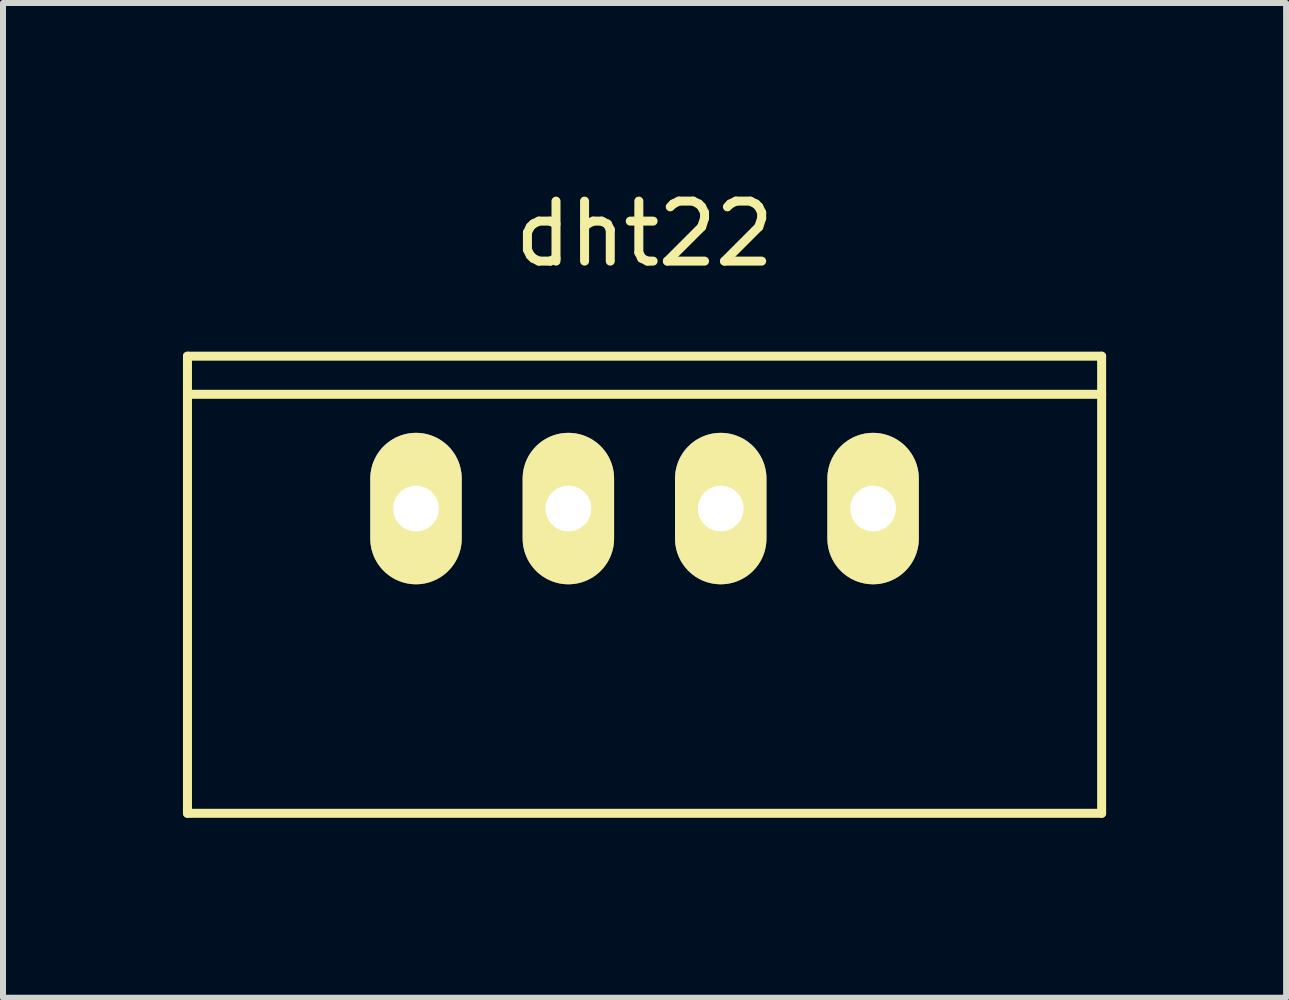
<source format=kicad_pcb>
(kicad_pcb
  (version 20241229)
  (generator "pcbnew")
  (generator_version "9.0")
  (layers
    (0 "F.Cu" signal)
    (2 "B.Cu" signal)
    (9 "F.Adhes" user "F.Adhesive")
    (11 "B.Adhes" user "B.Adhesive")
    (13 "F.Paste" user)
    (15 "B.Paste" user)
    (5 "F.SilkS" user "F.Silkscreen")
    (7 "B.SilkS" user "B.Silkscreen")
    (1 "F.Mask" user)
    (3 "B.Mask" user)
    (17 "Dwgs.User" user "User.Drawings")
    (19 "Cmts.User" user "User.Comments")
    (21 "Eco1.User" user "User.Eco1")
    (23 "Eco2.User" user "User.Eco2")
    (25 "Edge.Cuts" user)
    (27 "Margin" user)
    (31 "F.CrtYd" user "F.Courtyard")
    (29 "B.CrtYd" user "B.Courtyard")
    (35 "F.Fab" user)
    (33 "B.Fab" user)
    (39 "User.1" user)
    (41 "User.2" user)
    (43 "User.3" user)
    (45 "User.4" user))
  (footprint "dht22"
    (layer "F.Cu")
    (at 7.695 0.348)
    (property "Reference" "dht22" (at 0 0.5 0) (layer "F.SilkS") (effects (font (size 1 1) (thickness 0.15))))
    (attr through_hole)
    (fp_line (start -7.62 2.54) (end -7.62 10.16) (stroke (width 0.15) (type solid)) (layer "F.SilkS"))
    (fp_line (start -7.62 3.175) (end 7.62 3.175) (stroke (width 0.15) (type solid)) (layer "F.SilkS"))
    (fp_line (start -7.62 10.16) (end 7.62 10.16) (stroke (width 0.15) (type solid)) (layer "F.SilkS"))
    (fp_line (start 7.62 2.54) (end -7.62 2.54) (stroke (width 0.15) (type solid)) (layer "F.SilkS"))
    (fp_line (start 7.62 10.16) (end 7.62 2.54) (stroke (width 0.15) (type solid)) (layer "F.SilkS"))
    (pad "1" thru_hole oval (at -3.81 5.08) (size 1.524 2.524) (drill 0.762) (layers "*.Cu" "*.Mask" "F.SilkS"))
    (pad "2" thru_hole oval (at -1.27 5.08) (size 1.524 2.524) (drill 0.762) (layers "*.Cu" "*.Mask" "F.SilkS"))
    (pad "3" thru_hole oval (at 1.27 5.08) (size 1.524 2.524) (drill 0.762) (layers "*.Cu" "*.Mask" "F.SilkS"))
    (pad "4" thru_hole oval (at 3.81 5.08) (size 1.524 2.524) (drill 0.762) (layers "*.Cu" "*.Mask" "F.SilkS")))
  (gr_rect
    (start -3 -3)
    (end 18.39 13.583)
    (stroke (width 0.1) (type default))
    (fill no)
    (layer "Edge.Cuts")))
</source>
